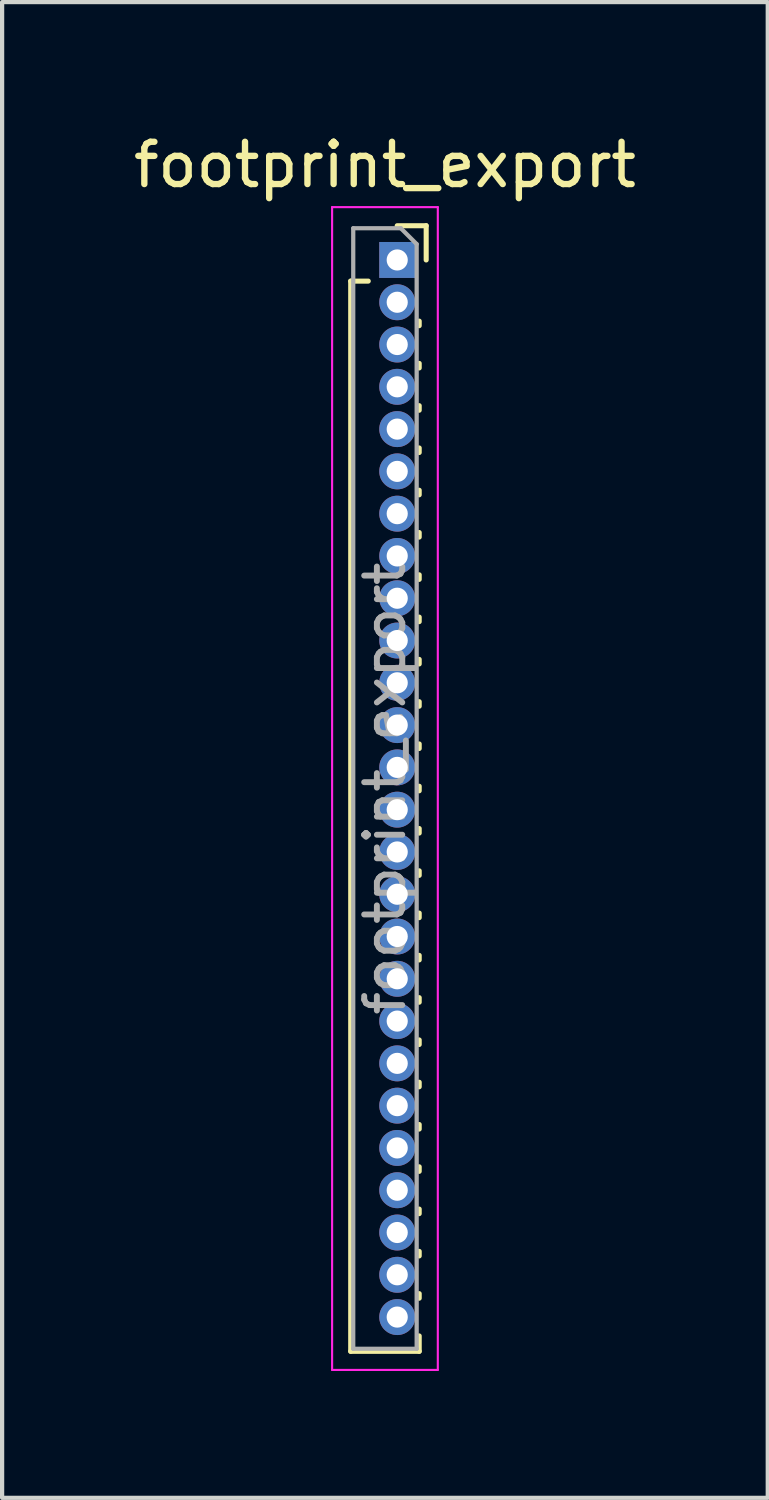
<source format=kicad_pcb>
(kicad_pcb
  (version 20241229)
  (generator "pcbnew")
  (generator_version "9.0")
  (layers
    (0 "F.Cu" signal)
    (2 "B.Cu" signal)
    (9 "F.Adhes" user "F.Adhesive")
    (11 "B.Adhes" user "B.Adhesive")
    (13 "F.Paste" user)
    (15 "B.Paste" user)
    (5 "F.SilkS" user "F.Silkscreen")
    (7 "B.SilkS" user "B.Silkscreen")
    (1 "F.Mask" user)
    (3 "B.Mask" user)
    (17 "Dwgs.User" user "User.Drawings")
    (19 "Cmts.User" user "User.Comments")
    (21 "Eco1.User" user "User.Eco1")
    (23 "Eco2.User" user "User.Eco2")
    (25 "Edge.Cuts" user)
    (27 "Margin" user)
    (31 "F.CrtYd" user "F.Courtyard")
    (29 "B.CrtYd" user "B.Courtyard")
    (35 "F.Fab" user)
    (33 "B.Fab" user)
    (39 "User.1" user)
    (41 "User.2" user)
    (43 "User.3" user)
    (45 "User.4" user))
  (footprint "footprint_export"
    (layer "F.Cu")
    (at 6.344 3.098)
    (property "Reference" "footprint_export" (at -0.29 -2.25 0) (layer "F.SilkS") (effects (font (size 1 1) (thickness 0.15))))
    (attr through_hole)
    (fp_line (start -1.1 0.5) (end -1.1 25.81) (stroke (width 0.12) (type solid)) (layer "F.SilkS"))
    (fp_line (start -1.1 0.5) (end -0.685 0.5) (stroke (width 0.12) (type solid)) (layer "F.SilkS"))
    (fp_line (start -1.1 25.81) (end 0.52 25.81) (stroke (width 0.12) (type solid)) (layer "F.SilkS"))
    (fp_line (start 0 -0.81) (end 0.685 -0.81) (stroke (width 0.12) (type solid)) (layer "F.SilkS"))
    (fp_line (start 0.52 1.446) (end 0.52 1.554) (stroke (width 0.12) (type solid)) (layer "F.SilkS"))
    (fp_line (start 0.52 2.446) (end 0.52 2.554) (stroke (width 0.12) (type solid)) (layer "F.SilkS"))
    (fp_line (start 0.52 3.446) (end 0.52 3.554) (stroke (width 0.12) (type solid)) (layer "F.SilkS"))
    (fp_line (start 0.52 4.446) (end 0.52 4.554) (stroke (width 0.12) (type solid)) (layer "F.SilkS"))
    (fp_line (start 0.52 5.446) (end 0.52 5.554) (stroke (width 0.12) (type solid)) (layer "F.SilkS"))
    (fp_line (start 0.52 6.446) (end 0.52 6.554) (stroke (width 0.12) (type solid)) (layer "F.SilkS"))
    (fp_line (start 0.52 7.446) (end 0.52 7.554) (stroke (width 0.12) (type solid)) (layer "F.SilkS"))
    (fp_line (start 0.52 8.446) (end 0.52 8.554) (stroke (width 0.12) (type solid)) (layer "F.SilkS"))
    (fp_line (start 0.52 9.446) (end 0.52 9.554) (stroke (width 0.12) (type solid)) (layer "F.SilkS"))
    (fp_line (start 0.52 10.446) (end 0.52 10.554) (stroke (width 0.12) (type solid)) (layer "F.SilkS"))
    (fp_line (start 0.52 11.446) (end 0.52 11.554) (stroke (width 0.12) (type solid)) (layer "F.SilkS"))
    (fp_line (start 0.52 12.446) (end 0.52 12.554) (stroke (width 0.12) (type solid)) (layer "F.SilkS"))
    (fp_line (start 0.52 13.446) (end 0.52 13.554) (stroke (width 0.12) (type solid)) (layer "F.SilkS"))
    (fp_line (start 0.52 14.446) (end 0.52 14.554) (stroke (width 0.12) (type solid)) (layer "F.SilkS"))
    (fp_line (start 0.52 15.446) (end 0.52 15.554) (stroke (width 0.12) (type solid)) (layer "F.SilkS"))
    (fp_line (start 0.52 16.446) (end 0.52 16.554) (stroke (width 0.12) (type solid)) (layer "F.SilkS"))
    (fp_line (start 0.52 17.446) (end 0.52 17.554) (stroke (width 0.12) (type solid)) (layer "F.SilkS"))
    (fp_line (start 0.52 18.446) (end 0.52 18.554) (stroke (width 0.12) (type solid)) (layer "F.SilkS"))
    (fp_line (start 0.52 19.446) (end 0.52 19.554) (stroke (width 0.12) (type solid)) (layer "F.SilkS"))
    (fp_line (start 0.52 20.446) (end 0.52 20.554) (stroke (width 0.12) (type solid)) (layer "F.SilkS"))
    (fp_line (start 0.52 21.446) (end 0.52 21.554) (stroke (width 0.12) (type solid)) (layer "F.SilkS"))
    (fp_line (start 0.52 22.446) (end 0.52 22.554) (stroke (width 0.12) (type solid)) (layer "F.SilkS"))
    (fp_line (start 0.52 23.446) (end 0.52 23.554) (stroke (width 0.12) (type solid)) (layer "F.SilkS"))
    (fp_line (start 0.52 24.446) (end 0.52 24.554) (stroke (width 0.12) (type solid)) (layer "F.SilkS"))
    (fp_line (start 0.52 25.446) (end 0.52 25.81) (stroke (width 0.12) (type solid)) (layer "F.SilkS"))
    (fp_line (start 0.685 -0.81) (end 0.685 0) (stroke (width 0.12) (type solid)) (layer "F.SilkS"))
    (fp_line (start -1.54 -1.25) (end 0.96 -1.25) (stroke (width 0.05) (type solid)) (layer "F.CrtYd"))
    (fp_line (start -1.54 26.25) (end -1.54 -1.25) (stroke (width 0.05) (type solid)) (layer "F.CrtYd"))
    (fp_line (start 0.96 -1.25) (end 0.96 26.25) (stroke (width 0.05) (type solid)) (layer "F.CrtYd"))
    (fp_line (start 0.96 26.25) (end -1.54 26.25) (stroke (width 0.05) (type solid)) (layer "F.CrtYd"))
    (fp_line (start -1.04 -0.75) (end 0.085 -0.75) (stroke (width 0.1) (type solid)) (layer "F.Fab"))
    (fp_line (start -1.04 25.75) (end -1.04 -0.75) (stroke (width 0.1) (type solid)) (layer "F.Fab"))
    (fp_line (start 0.085 -0.75) (end 0.46 -0.375) (stroke (width 0.1) (type solid)) (layer "F.Fab"))
    (fp_line (start 0.46 -0.375) (end 0.46 25.75) (stroke (width 0.1) (type solid)) (layer "F.Fab"))
    (fp_line (start 0.46 25.75) (end -1.04 25.75) (stroke (width 0.1) (type solid)) (layer "F.Fab"))
    (fp_text user "${REFERENCE}" (at -0.29 12.5 90) (layer "F.Fab") (effects (font (size 0.9 0.9) (thickness 0.14))))
    (pad "1" thru_hole rect (at 0 0) (size 0.85 0.85) (drill 0.5) (layers "*.Cu" "*.Mask"))
    (pad "2" thru_hole oval (at 0 1) (size 0.85 0.85) (drill 0.5) (layers "*.Cu" "*.Mask"))
    (pad "3" thru_hole oval (at 0 2) (size 0.85 0.85) (drill 0.5) (layers "*.Cu" "*.Mask"))
    (pad "4" thru_hole oval (at 0 3) (size 0.85 0.85) (drill 0.5) (layers "*.Cu" "*.Mask"))
    (pad "5" thru_hole oval (at 0 4) (size 0.85 0.85) (drill 0.5) (layers "*.Cu" "*.Mask"))
    (pad "6" thru_hole oval (at 0 5) (size 0.85 0.85) (drill 0.5) (layers "*.Cu" "*.Mask"))
    (pad "7" thru_hole oval (at 0 6) (size 0.85 0.85) (drill 0.5) (layers "*.Cu" "*.Mask"))
    (pad "8" thru_hole oval (at 0 7) (size 0.85 0.85) (drill 0.5) (layers "*.Cu" "*.Mask"))
    (pad "9" thru_hole oval (at 0 8) (size 0.85 0.85) (drill 0.5) (layers "*.Cu" "*.Mask"))
    (pad "10" thru_hole oval (at 0 9) (size 0.85 0.85) (drill 0.5) (layers "*.Cu" "*.Mask"))
    (pad "11" thru_hole oval (at 0 10) (size 0.85 0.85) (drill 0.5) (layers "*.Cu" "*.Mask"))
    (pad "12" thru_hole oval (at 0 11) (size 0.85 0.85) (drill 0.5) (layers "*.Cu" "*.Mask"))
    (pad "13" thru_hole oval (at 0 12) (size 0.85 0.85) (drill 0.5) (layers "*.Cu" "*.Mask"))
    (pad "14" thru_hole oval (at 0 13) (size 0.85 0.85) (drill 0.5) (layers "*.Cu" "*.Mask"))
    (pad "15" thru_hole oval (at 0 14) (size 0.85 0.85) (drill 0.5) (layers "*.Cu" "*.Mask"))
    (pad "16" thru_hole oval (at 0 15) (size 0.85 0.85) (drill 0.5) (layers "*.Cu" "*.Mask"))
    (pad "17" thru_hole oval (at 0 16) (size 0.85 0.85) (drill 0.5) (layers "*.Cu" "*.Mask"))
    (pad "18" thru_hole oval (at 0 17) (size 0.85 0.85) (drill 0.5) (layers "*.Cu" "*.Mask"))
    (pad "19" thru_hole oval (at 0 18) (size 0.85 0.85) (drill 0.5) (layers "*.Cu" "*.Mask"))
    (pad "20" thru_hole oval (at 0 19) (size 0.85 0.85) (drill 0.5) (layers "*.Cu" "*.Mask"))
    (pad "21" thru_hole oval (at 0 20) (size 0.85 0.85) (drill 0.5) (layers "*.Cu" "*.Mask"))
    (pad "22" thru_hole oval (at 0 21) (size 0.85 0.85) (drill 0.5) (layers "*.Cu" "*.Mask"))
    (pad "23" thru_hole oval (at 0 22) (size 0.85 0.85) (drill 0.5) (layers "*.Cu" "*.Mask"))
    (pad "24" thru_hole oval (at 0 23) (size 0.85 0.85) (drill 0.5) (layers "*.Cu" "*.Mask"))
    (pad "25" thru_hole oval (at 0 24) (size 0.85 0.85) (drill 0.5) (layers "*.Cu" "*.Mask"))
    (pad "26" thru_hole oval (at 0 25) (size 0.85 0.85) (drill 0.5) (layers "*.Cu" "*.Mask")))
  (gr_rect
    (start -3 -3)
    (end 15.107 32.373)
    (stroke (width 0.1) (type default))
    (fill no)
    (layer "Edge.Cuts")))
</source>
